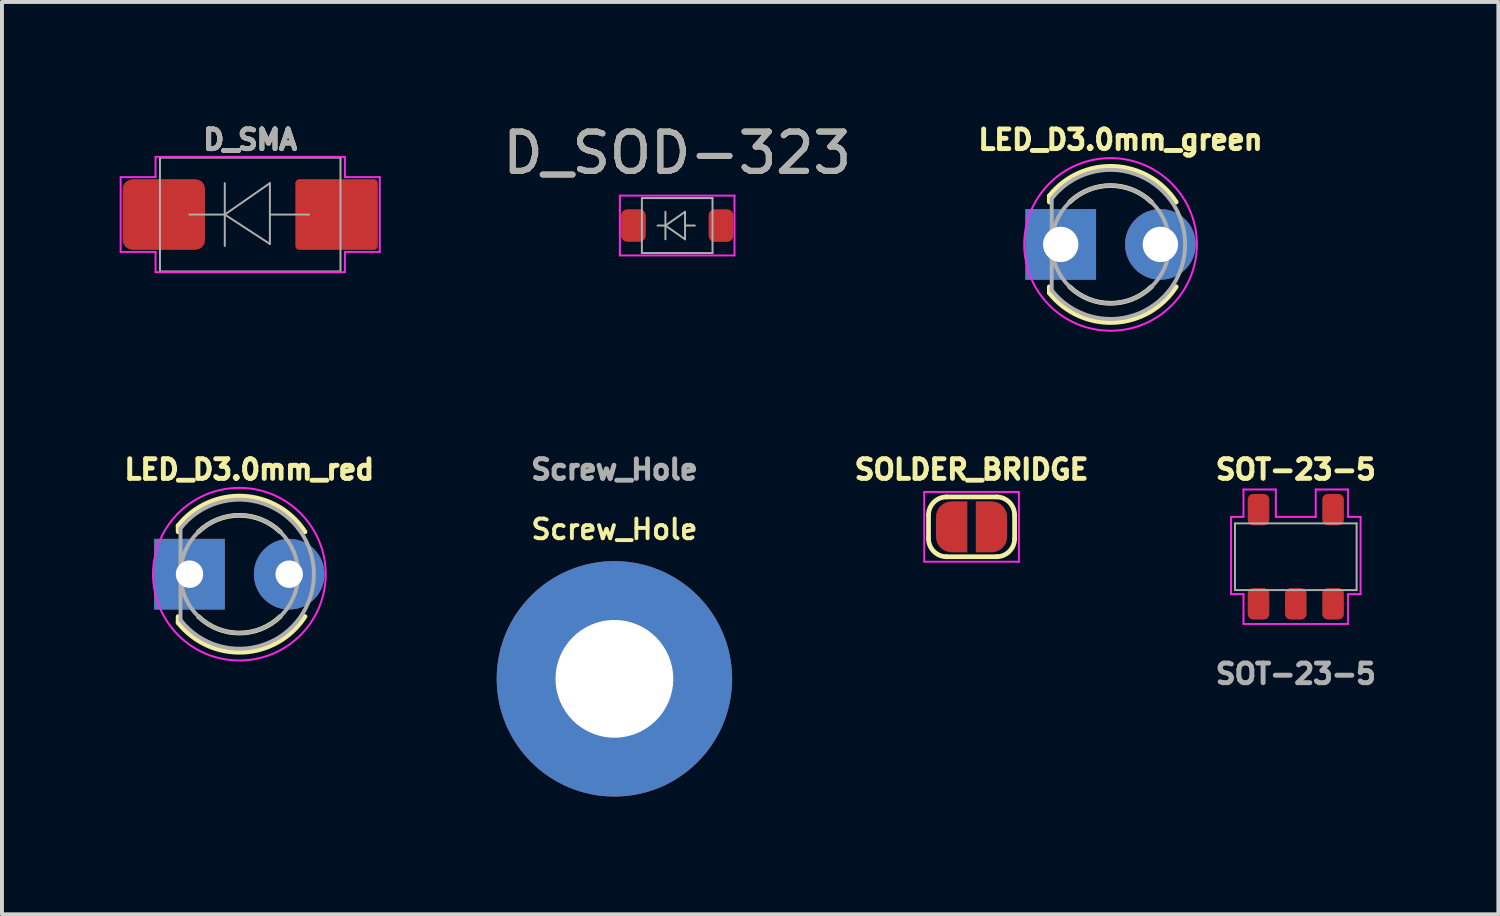
<source format=kicad_pcb>
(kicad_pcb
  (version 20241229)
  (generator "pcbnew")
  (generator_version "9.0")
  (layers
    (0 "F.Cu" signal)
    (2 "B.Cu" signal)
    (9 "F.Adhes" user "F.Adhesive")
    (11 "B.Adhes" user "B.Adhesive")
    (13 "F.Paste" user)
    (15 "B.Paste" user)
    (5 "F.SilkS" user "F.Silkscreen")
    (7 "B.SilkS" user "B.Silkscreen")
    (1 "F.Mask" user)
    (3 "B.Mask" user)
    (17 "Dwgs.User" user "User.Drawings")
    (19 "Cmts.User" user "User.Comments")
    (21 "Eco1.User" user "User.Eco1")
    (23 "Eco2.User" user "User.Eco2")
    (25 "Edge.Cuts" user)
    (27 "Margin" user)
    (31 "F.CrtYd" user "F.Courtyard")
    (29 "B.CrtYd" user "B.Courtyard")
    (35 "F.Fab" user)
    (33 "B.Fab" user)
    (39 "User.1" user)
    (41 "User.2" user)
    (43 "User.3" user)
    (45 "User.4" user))
  (footprint "LED_D3.0mm_red"
    (layer "F.Cu")
    (at 3.05 11.583)
    (property "Reference" "LED_D3.0mm_red" (at 0.254 -2.667 0) (layer "F.SilkS") (effects (font (size 0.5 0.5) (thickness 0.125))))
    (attr through_hole)
    (fp_line (start -1.56 -1.236) (end -1.56 -1.08) (stroke (width 0.12) (type solid)) (layer "F.SilkS"))
    (fp_line (start -1.56 1.08) (end -1.56 1.236) (stroke (width 0.12) (type solid)) (layer "F.SilkS"))
    (fp_arc (start -1.56 -1.235516) (mid 0.096487 -1.987659) (end 1.672335 -1.078608) (stroke (width 0.12) (type solid)) (layer "F.SilkS"))
    (fp_arc (start -1.040961 -1.08) (mid 0.000117 -1.5) (end 1.04113 -1.079837) (stroke (width 0.12) (type solid)) (layer "F.SilkS"))
    (fp_arc (start 1.04113 1.079837) (mid 0.000117 1.5) (end -1.040961 1.08) (stroke (width 0.12) (type solid)) (layer "F.SilkS"))
    (fp_arc (start 1.672335 1.078608) (mid 0.096487 1.987659) (end -1.56 1.235516) (stroke (width 0.12) (type solid)) (layer "F.SilkS"))
    (fp_circle (center 0 0) (end 2.2 0) (stroke (width 0.05) (type default)) (fill no) (layer "F.CrtYd"))
    (fp_line (start -1.5 -1.166) (end -1.5 1.166) (stroke (width 0.1) (type solid)) (layer "F.Fab"))
    (fp_arc (start -1.5 -1.16619) (mid 1.9 0.000452) (end -1.500555 1.165476) (stroke (width 0.1) (type solid)) (layer "F.Fab"))
    (fp_circle (center 0 0) (end 1.5 0) (stroke (width 0.1) (type solid)) (fill no) (layer "F.Fab"))
    (pad "1" thru_hole rect (at -1.27 0) (size 1.8 1.8) (drill 0.7) (layers "*.Cu" "*.Mask"))
    (pad "2" thru_hole circle (at 1.27 0) (size 1.8 1.8) (drill 0.7) (layers "*.Cu" "*.Mask")))
  (footprint "D_SMA"
    (layer "F.Cu")
    (at 3.327 2.417)
    (property "Reference" "D_SMA" (at 0 -1.905 0) (layer "F.SilkS") (effects (font (size 0.5 0.5) (thickness 0.125))))
    (attr smd)
    (fp_line (start -3.302 0.953) (end -3.302 -0.953) (stroke (width 0.05) (type solid)) (layer "F.CrtYd"))
    (fp_line (start -2.413 -1.47) (end 2.413 -1.47) (stroke (width 0.05) (type solid)) (layer "F.CrtYd"))
    (fp_line (start -2.413 -0.953) (end -3.302 -0.953) (stroke (width 0.05) (type solid)) (layer "F.CrtYd"))
    (fp_line (start -2.413 -0.953) (end -2.413 -1.47) (stroke (width 0.05) (type solid)) (layer "F.CrtYd"))
    (fp_line (start -2.413 0.953) (end -3.302 0.953) (stroke (width 0.05) (type solid)) (layer "F.CrtYd"))
    (fp_line (start -2.413 1.47) (end -2.413 0.953) (stroke (width 0.05) (type solid)) (layer "F.CrtYd"))
    (fp_line (start 2.413 -1.47) (end 2.413 -0.953) (stroke (width 0.05) (type solid)) (layer "F.CrtYd"))
    (fp_line (start 2.413 -0.953) (end 3.302 -0.953) (stroke (width 0.05) (type solid)) (layer "F.CrtYd"))
    (fp_line (start 2.413 0.953) (end 2.413 1.47) (stroke (width 0.05) (type solid)) (layer "F.CrtYd"))
    (fp_line (start 2.413 0.953) (end 3.302 0.953) (stroke (width 0.05) (type solid)) (layer "F.CrtYd"))
    (fp_line (start 2.413 1.47) (end -2.413 1.47) (stroke (width 0.05) (type solid)) (layer "F.CrtYd"))
    (fp_line (start 3.302 -0.953) (end 3.302 0.953) (stroke (width 0.05) (type solid)) (layer "F.CrtYd"))
    (fp_line (start -2.3 1.45) (end -2.3 -1.45) (stroke (width 0.05) (type solid)) (layer "F.Fab"))
    (fp_line (start -0.649 -0.799) (end -0.649 0.801) (stroke (width 0.05) (type solid)) (layer "F.Fab"))
    (fp_line (start -0.649 0.001) (end -1.551 0.001) (stroke (width 0.05) (type solid)) (layer "F.Fab"))
    (fp_line (start -0.649 0.001) (end 0.501 -0.799) (stroke (width 0.05) (type solid)) (layer "F.Fab"))
    (fp_line (start -0.649 0.001) (end 0.501 0.75) (stroke (width 0.05) (type solid)) (layer "F.Fab"))
    (fp_line (start 0.501 0.001) (end 1.499 0.001) (stroke (width 0.05) (type solid)) (layer "F.Fab"))
    (fp_line (start 0.501 0.75) (end 0.501 -0.799) (stroke (width 0.05) (type solid)) (layer "F.Fab"))
    (fp_line (start 2.3 -1.45) (end -2.3 -1.45) (stroke (width 0.05) (type solid)) (layer "F.Fab"))
    (fp_line (start 2.3 -1.45) (end 2.3 1.45) (stroke (width 0.05) (type solid)) (layer "F.Fab"))
    (fp_line (start 2.3 1.45) (end -2.3 1.45) (stroke (width 0.05) (type solid)) (layer "F.Fab"))
    (fp_text user "${REFERENCE}" (at 0 -1.905 0) (layer "F.Fab") (effects (font (size 0.5 0.5) (thickness 0.125))))
    (pad "1" smd roundrect (at -2.2 0) (size 2.1 1.8) (layers "F.Cu" "F.Mask" "F.Paste") (roundrect_rratio 0.139))
    (pad "2" smd roundrect (at 2.2 0) (size 2.1 1.8) (layers "F.Cu" "F.Mask" "F.Paste") (roundrect_rratio 0.056)))
  (footprint "Screw_Hole"
    (layer "F.Cu")
    (at 12.608 14.25)
    (property "Reference" "Screw_Hole" (at 0 -3.81 0) (unlocked yes) (layer "F.SilkS") (effects (font (size 0.5 0.5) (thickness 0.1))))
    (attr through_hole)
    (fp_text user "${REFERENCE}" (at 0 -5.334 0) (unlocked yes) (layer "F.Fab") (effects (font (size 0.5 0.5) (thickness 0.125))))
    (pad "1" thru_hole circle (at 0 0) (size 6 6) (drill 3) (layers "*.Cu" "*.Mask")))
  (footprint "SOT-23-5"
    (layer "F.Cu")
    (at 29.973 11.138)
    (property "Reference" "SOT-23-5" (at 0 -2.223 180) (layer "F.SilkS") (effects (font (size 0.5 0.5) (thickness 0.125))))
    (attr smd)
    (fp_line (start -1.651 -1.016) (end -1.651 0.953) (stroke (width 0.05) (type solid)) (layer "F.CrtYd"))
    (fp_line (start -1.333 -1.016) (end -1.651 -1.016) (stroke (width 0.05) (type solid)) (layer "F.CrtYd"))
    (fp_line (start -1.333 -1.016) (end -1.333 -1.714) (stroke (width 0.05) (type solid)) (layer "F.CrtYd"))
    (fp_line (start -1.333 0.953) (end -1.651 0.953) (stroke (width 0.05) (type solid)) (layer "F.CrtYd"))
    (fp_line (start -1.333 1.714) (end -1.333 0.953) (stroke (width 0.05) (type solid)) (layer "F.CrtYd"))
    (fp_line (start -1.333 1.714) (end 1.333 1.714) (stroke (width 0.05) (type solid)) (layer "F.CrtYd"))
    (fp_line (start -0.508 -1.714) (end -1.333 -1.714) (stroke (width 0.05) (type solid)) (layer "F.CrtYd"))
    (fp_line (start -0.508 -1.016) (end -0.508 -1.714) (stroke (width 0.05) (type solid)) (layer "F.CrtYd"))
    (fp_line (start 0.508 -1.016) (end -0.508 -1.016) (stroke (width 0.05) (type solid)) (layer "F.CrtYd"))
    (fp_line (start 0.508 -1.016) (end 0.508 -1.714) (stroke (width 0.05) (type solid)) (layer "F.CrtYd"))
    (fp_line (start 1.333 -1.714) (end 0.508 -1.714) (stroke (width 0.05) (type solid)) (layer "F.CrtYd"))
    (fp_line (start 1.333 -1.016) (end 1.333 -1.714) (stroke (width 0.05) (type solid)) (layer "F.CrtYd"))
    (fp_line (start 1.333 1.714) (end 1.333 0.953) (stroke (width 0.05) (type solid)) (layer "F.CrtYd"))
    (fp_line (start 1.651 -1.016) (end 1.333 -1.016) (stroke (width 0.05) (type solid)) (layer "F.CrtYd"))
    (fp_line (start 1.651 0.953) (end 1.333 0.953) (stroke (width 0.05) (type solid)) (layer "F.CrtYd"))
    (fp_line (start 1.651 0.953) (end 1.651 -1.016) (stroke (width 0.05) (type solid)) (layer "F.CrtYd"))
    (fp_line (start -1.55 -0.85) (end 1.55 -0.85) (stroke (width 0.05) (type solid)) (layer "F.Fab"))
    (fp_line (start -1.55 0.85) (end -1.55 -0.85) (stroke (width 0.05) (type solid)) (layer "F.Fab"))
    (fp_line (start 1.55 -0.85) (end 1.55 0.85) (stroke (width 0.05) (type solid)) (layer "F.Fab"))
    (fp_line (start 1.55 0.85) (end -1.55 0.85) (stroke (width 0.05) (type solid)) (layer "F.Fab"))
    (fp_text user "${REFERENCE}" (at 0 2.985 180) (layer "F.Fab") (effects (font (size 0.5 0.5) (thickness 0.125) (bold yes))))
    (pad "1" smd roundrect (at -0.95 1.2 180) (size 0.55 0.8) (layers "F.Cu" "F.Mask" "F.Paste") (roundrect_rratio 0.25))
    (pad "2" smd roundrect (at 0 1.2 180) (size 0.55 0.8) (layers "F.Cu" "F.Mask" "F.Paste") (roundrect_rratio 0.25))
    (pad "3" smd roundrect (at 0.95 1.2 180) (size 0.55 0.8) (layers "F.Cu" "F.Mask" "F.Paste") (roundrect_rratio 0.25))
    (pad "4" smd roundrect (at 0.95 -1.2 180) (size 0.55 0.8) (layers "F.Cu" "F.Mask" "F.Paste") (roundrect_rratio 0.25))
    (pad "5" smd roundrect (at -0.95 -1.2 180) (size 0.55 0.8) (layers "F.Cu" "F.Mask" "F.Paste") (roundrect_rratio 0.25)))
  (footprint "LED_D3.0mm_green"
    (layer "F.Cu")
    (at 25.252 3.179)
    (property "Reference" "LED_D3.0mm_green" (at 0.254 -2.667 0) (layer "F.SilkS") (effects (font (size 0.5 0.5) (thickness 0.125))))
    (attr through_hole)
    (fp_line (start -1.56 -1.236) (end -1.56 -1.08) (stroke (width 0.12) (type solid)) (layer "F.SilkS"))
    (fp_line (start -1.56 1.08) (end -1.56 1.236) (stroke (width 0.12) (type solid)) (layer "F.SilkS"))
    (fp_arc (start -1.56 -1.235516) (mid 0.096487 -1.987659) (end 1.672335 -1.078608) (stroke (width 0.12) (type solid)) (layer "F.SilkS"))
    (fp_arc (start -1.040961 -1.08) (mid 0.000117 -1.5) (end 1.04113 -1.079837) (stroke (width 0.12) (type solid)) (layer "F.SilkS"))
    (fp_arc (start 1.04113 1.079837) (mid 0.000117 1.5) (end -1.040961 1.08) (stroke (width 0.12) (type solid)) (layer "F.SilkS"))
    (fp_arc (start 1.672335 1.078608) (mid 0.096487 1.987659) (end -1.56 1.235516) (stroke (width 0.12) (type solid)) (layer "F.SilkS"))
    (fp_circle (center 0 0) (end 2.2 0) (stroke (width 0.05) (type default)) (fill no) (layer "F.CrtYd"))
    (fp_line (start -1.5 -1.166) (end -1.5 1.166) (stroke (width 0.1) (type solid)) (layer "F.Fab"))
    (fp_arc (start -1.5 -1.16619) (mid 1.9 0.000452) (end -1.500555 1.165476) (stroke (width 0.1) (type solid)) (layer "F.Fab"))
    (fp_circle (center 0 0) (end 1.5 0) (stroke (width 0.1) (type solid)) (fill no) (layer "F.Fab"))
    (pad "1" thru_hole rect (at -1.27 0) (size 1.8 1.8) (drill 0.9) (layers "*.Cu" "*.Mask"))
    (pad "2" thru_hole circle (at 1.27 0) (size 1.8 1.8) (drill 0.9) (layers "*.Cu" "*.Mask")))
  (footprint "D_SOD-323"
    (layer "F.Cu")
    (at 14.208 2.698)
    (property "Reference" "D_SOD-323" (at 0 -1.85 0) (layer "F.SilkS") (effects (font (size 1 1) (thickness 0.15))))
    (attr smd)
    (fp_line (start -1.46 -0.762) (end -1.46 0.762) (stroke (width 0.05) (type solid)) (layer "F.CrtYd"))
    (fp_line (start -1.46 -0.762) (end 1.46 -0.762) (stroke (width 0.05) (type solid)) (layer "F.CrtYd"))
    (fp_line (start -1.46 0.762) (end 1.46 0.762) (stroke (width 0.05) (type solid)) (layer "F.CrtYd"))
    (fp_line (start 1.46 -0.762) (end 1.46 0.762) (stroke (width 0.05) (type solid)) (layer "F.CrtYd"))
    (fp_line (start -0.9 -0.7) (end 0.9 -0.7) (stroke (width 0.05) (type solid)) (layer "F.Fab"))
    (fp_line (start -0.9 0.7) (end -0.9 -0.7) (stroke (width 0.05) (type solid)) (layer "F.Fab"))
    (fp_line (start -0.3 -0.35) (end -0.3 0.35) (stroke (width 0.05) (type solid)) (layer "F.Fab"))
    (fp_line (start -0.3 0) (end -0.5 0) (stroke (width 0.05) (type solid)) (layer "F.Fab"))
    (fp_line (start -0.3 0) (end 0.2 -0.35) (stroke (width 0.05) (type solid)) (layer "F.Fab"))
    (fp_line (start 0.2 -0.35) (end 0.2 0.35) (stroke (width 0.05) (type solid)) (layer "F.Fab"))
    (fp_line (start 0.2 0) (end 0.45 0) (stroke (width 0.05) (type solid)) (layer "F.Fab"))
    (fp_line (start 0.2 0.35) (end -0.3 0) (stroke (width 0.05) (type solid)) (layer "F.Fab"))
    (fp_line (start 0.9 -0.7) (end 0.9 0.7) (stroke (width 0.05) (type solid)) (layer "F.Fab"))
    (fp_line (start 0.9 0.7) (end -0.9 0.7) (stroke (width 0.05) (type solid)) (layer "F.Fab"))
    (fp_text user "${REFERENCE}" (at 0 -1.85 0) (layer "F.Fab") (effects (font (size 1 1) (thickness 0.15))))
    (pad "1" smd roundrect (at -1.115 0) (size 0.63 0.83) (layers "F.Cu" "F.Mask" "F.Paste") (roundrect_rratio 0.25))
    (pad "2" smd roundrect (at 1.115 0) (size 0.63 0.83) (layers "F.Cu" "F.Mask" "F.Paste") (roundrect_rratio 0.25)))
  (footprint "SOLDER_BRIDGE"
    (layer "F.Cu")
    (at 21.71 10.376)
    (property "Reference" "SOLDER_BRIDGE" (at 0 -1.46 0) (layer "F.SilkS") (effects (font (size 0.5 0.5) (thickness 0.125))))
    (attr exclude_from_pos_files exclude_from_bom)
    (fp_line (start -1.097 0.3) (end -1.097 -0.3) (stroke (width 0.12) (type solid)) (layer "F.SilkS"))
    (fp_line (start -0.635 -0.762) (end 0.635 -0.762) (stroke (width 0.12) (type solid)) (layer "F.SilkS"))
    (fp_line (start -0.635 0.762) (end 0.635 0.762) (stroke (width 0.12) (type solid)) (layer "F.SilkS"))
    (fp_line (start 1.097 -0.3) (end 1.097 0.3) (stroke (width 0.12) (type solid)) (layer "F.SilkS"))
    (fp_arc (start -1.097 -0.3) (mid -0.961684 -0.626684) (end -0.635 -0.762) (stroke (width 0.12) (type solid)) (layer "F.SilkS"))
    (fp_arc (start -0.635 0.762) (mid -0.961684 0.626684) (end -1.097 0.3) (stroke (width 0.12) (type solid)) (layer "F.SilkS"))
    (fp_arc (start 0.635 -0.762) (mid 0.961684 -0.626684) (end 1.097 -0.3) (stroke (width 0.12) (type solid)) (layer "F.SilkS"))
    (fp_arc (start 1.097 0.3) (mid 0.961684 0.626684) (end 0.635 0.762) (stroke (width 0.12) (type solid)) (layer "F.SilkS"))
    (fp_line (start -1.206 -0.889) (end -1.206 0.889) (stroke (width 0.05) (type solid)) (layer "F.CrtYd"))
    (fp_line (start -1.206 -0.889) (end 1.206 -0.889) (stroke (width 0.05) (type solid)) (layer "F.CrtYd"))
    (fp_line (start 1.206 0.889) (end -1.206 0.889) (stroke (width 0.05) (type solid)) (layer "F.CrtYd"))
    (fp_line (start 1.206 0.889) (end 1.206 -0.889) (stroke (width 0.05) (type solid)) (layer "F.CrtYd"))
    (pad "1" smd custom (at -0.508 0) (size 0.8 0.4) (layers "F.Cu" "F.Mask") (options (anchor rect)) (primitives (gr_circle (center 0 0.25) (end 0.4 0.25) (width 0) (fill yes)) (gr_circle (center 0 -0.25) (end 0.4 -0.25) (width 0) (fill yes)) (gr_poly (pts (xy 0.4 0.65) (xy 0 0.65) (xy 0 -0.65) (xy 0.4 -0.65)) (width 0) (fill yes))))
    (pad "2" smd custom (at 0.508 0 180) (size 0.8 0.4) (layers "F.Cu" "F.Mask") (options (anchor rect)) (primitives (gr_circle (center 0 0.25) (end 0.4 0.25) (width 0) (fill yes)) (gr_circle (center 0 -0.25) (end 0.4 -0.25) (width 0) (fill yes)) (gr_poly (pts (xy 0.4 0.65) (xy 0 0.65) (xy 0 -0.65) (xy 0.4 -0.65)) (width 0) (fill yes)))))
  (gr_rect
    (start -3 -3)
    (end 35.135 20.25)
    (stroke (width 0.1) (type default))
    (fill no)
    (layer "Edge.Cuts")))
</source>
